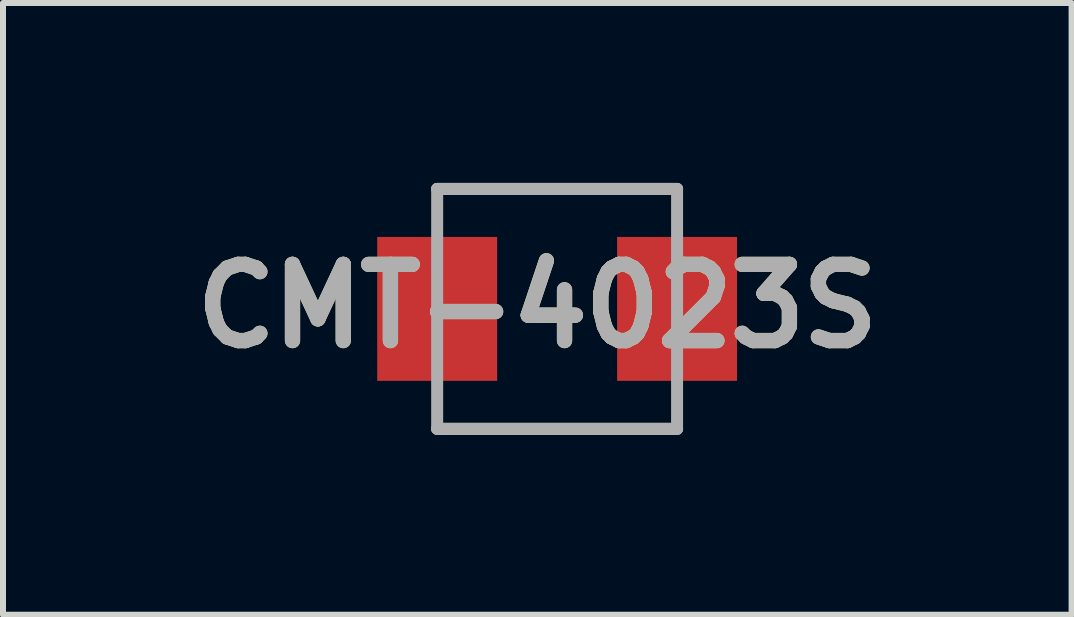
<source format=kicad_pcb>
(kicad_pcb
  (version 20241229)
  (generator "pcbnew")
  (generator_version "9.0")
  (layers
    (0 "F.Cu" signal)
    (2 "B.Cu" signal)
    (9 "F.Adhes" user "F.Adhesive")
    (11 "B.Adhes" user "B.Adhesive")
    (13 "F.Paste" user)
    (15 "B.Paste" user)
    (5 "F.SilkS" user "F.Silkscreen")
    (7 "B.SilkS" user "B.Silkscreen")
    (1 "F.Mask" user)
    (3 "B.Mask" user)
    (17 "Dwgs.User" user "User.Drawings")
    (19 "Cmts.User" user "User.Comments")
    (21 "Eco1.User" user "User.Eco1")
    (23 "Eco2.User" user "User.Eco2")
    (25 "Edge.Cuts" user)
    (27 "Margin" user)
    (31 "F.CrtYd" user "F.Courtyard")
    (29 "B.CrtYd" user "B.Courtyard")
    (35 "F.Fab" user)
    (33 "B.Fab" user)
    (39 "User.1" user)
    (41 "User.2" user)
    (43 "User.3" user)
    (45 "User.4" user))
  (footprint "CMT-4023S"
    (layer "F.Cu")
    (at 6.239 2.1)
    (property "Reference" "CMT-4023S" (at -0.33 -0.046 0) (layer "F.SilkS") (effects (font (size 1.27 1.27) (thickness 0.254))))
    (attr smd)
    (fp_line (start -2 -2) (end 2 -2) (stroke (width 0.2) (type solid)) (layer "F.SilkS"))
    (fp_line (start 2 2) (end -2 2) (stroke (width 0.2) (type solid)) (layer "F.SilkS"))
    (fp_line (start -2 -2) (end 2 -2) (stroke (width 0.2) (type solid)) (layer "F.Fab"))
    (fp_line (start -2 2) (end -2 -2) (stroke (width 0.2) (type solid)) (layer "F.Fab"))
    (fp_line (start 2 -2) (end 2 2) (stroke (width 0.2) (type solid)) (layer "F.Fab"))
    (fp_line (start 2 2) (end -2 2) (stroke (width 0.2) (type solid)) (layer "F.Fab"))
    (fp_text user "${REFERENCE}" (at -0.33 -0.046 0) (layer "F.Fab") (effects (font (size 1.27 1.27) (thickness 0.254))))
    (pad "1" smd rect (at -2 0) (size 2 2.4) (layers "F.Cu" "F.Mask" "F.Paste"))
    (pad "2" smd rect (at 2 0) (size 2 2.4) (layers "F.Cu" "F.Mask" "F.Paste")))
  (gr_rect
    (start -3 -3)
    (end 14.817 7.2)
    (stroke (width 0.1) (type default))
    (fill no)
    (layer "Edge.Cuts")))
</source>
